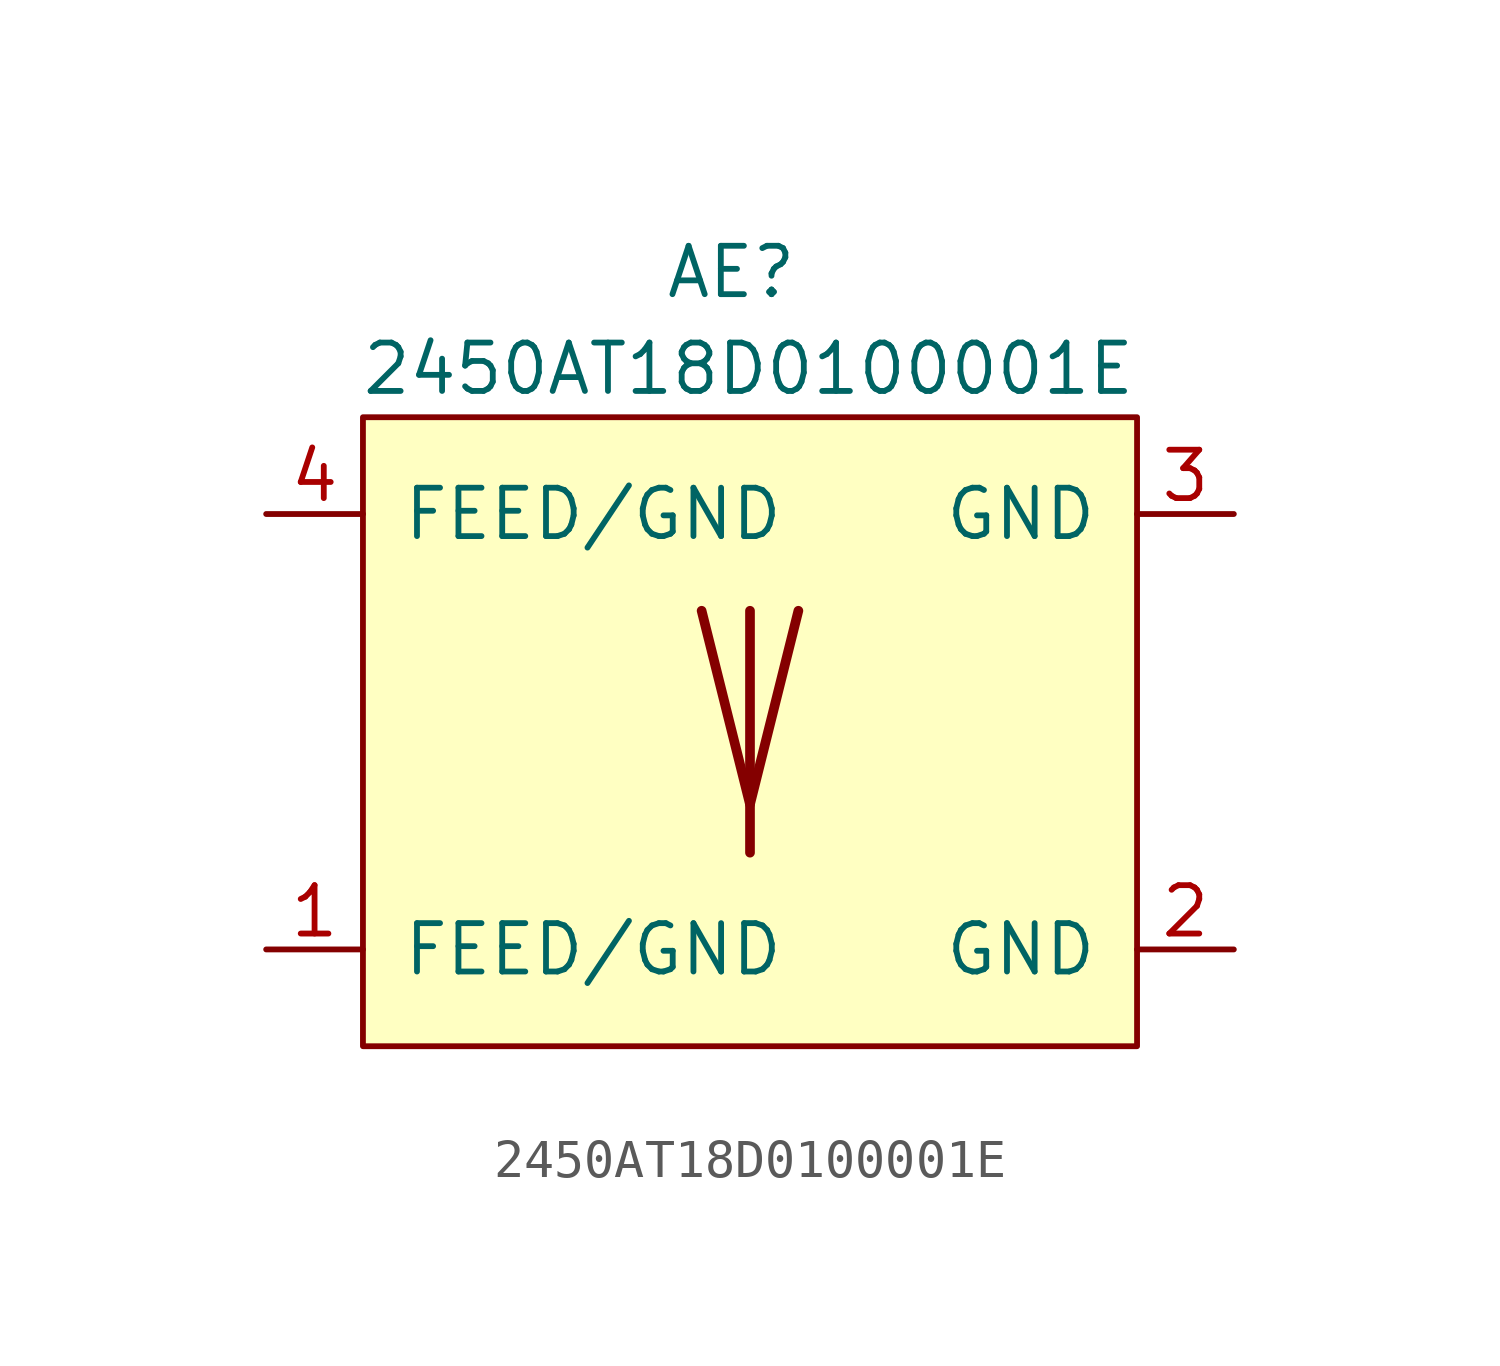
<source format=kicad_sym>
(kicad_symbol_lib
  (version 20220914)
  (generator kicad_symbol_editor)
  (symbol "2450AT18D0100001E"
    (pin_names
      (offset 1.016))
    (property "Reference" "AE"
      (at 1.27 11.43 0)
      (effects (font (size 1.27 1.27)) (justify right)))
    (property "Value" "2450AT18D0100001E"
      (at 10.16 8.89 0)
      (effects (font (size 1.27 1.27)) (justify right)))
    (symbol "2450AT18D0100001E_0_0"
      (pin passive line (at 12.7 5.08 180) (length 2.54) (name "GND" (effects (font (size 1.27 1.27)))) (number "3" (effects (font (size 1.27 1.27)))))
      (pin passive line (at -12.7 5.08 0) (length 2.54) (name "FEED/GND" (effects (font (size 1.27 1.27)))) (number "4" (effects (font (size 1.27 1.27))))))
    (symbol "2450AT18D0100001E_0_1"
      (polyline (pts (xy 0 2.54) (xy 0 -3.81)) (stroke (width 0.254) (type default)) (fill (type none)))
      (polyline (pts (xy 1.27 2.54) (xy 0 -2.54) (xy -1.27 2.54)) (stroke (width 0.254) (type default)) (fill (type none))))
    (symbol "2450AT18D0100001E_1_0"
      (pin passive line (at -12.7 -6.35 0) (length 2.54) (name "FEED/GND" (effects (font (size 1.27 1.27)))) (number "1" (effects (font (size 1.27 1.27)))))
      (pin passive line (at 12.7 -6.35 180) (length 2.54) (name "GND" (effects (font (size 1.27 1.27)))) (number "2" (effects (font (size 1.27 1.27))))))
    (symbol "2450AT18D0100001E_1_1"
      (rectangle (start -10.16 7.62) (end 10.16 -8.89) (stroke (width 0) (type default)) (fill (type background))))))
</source>
